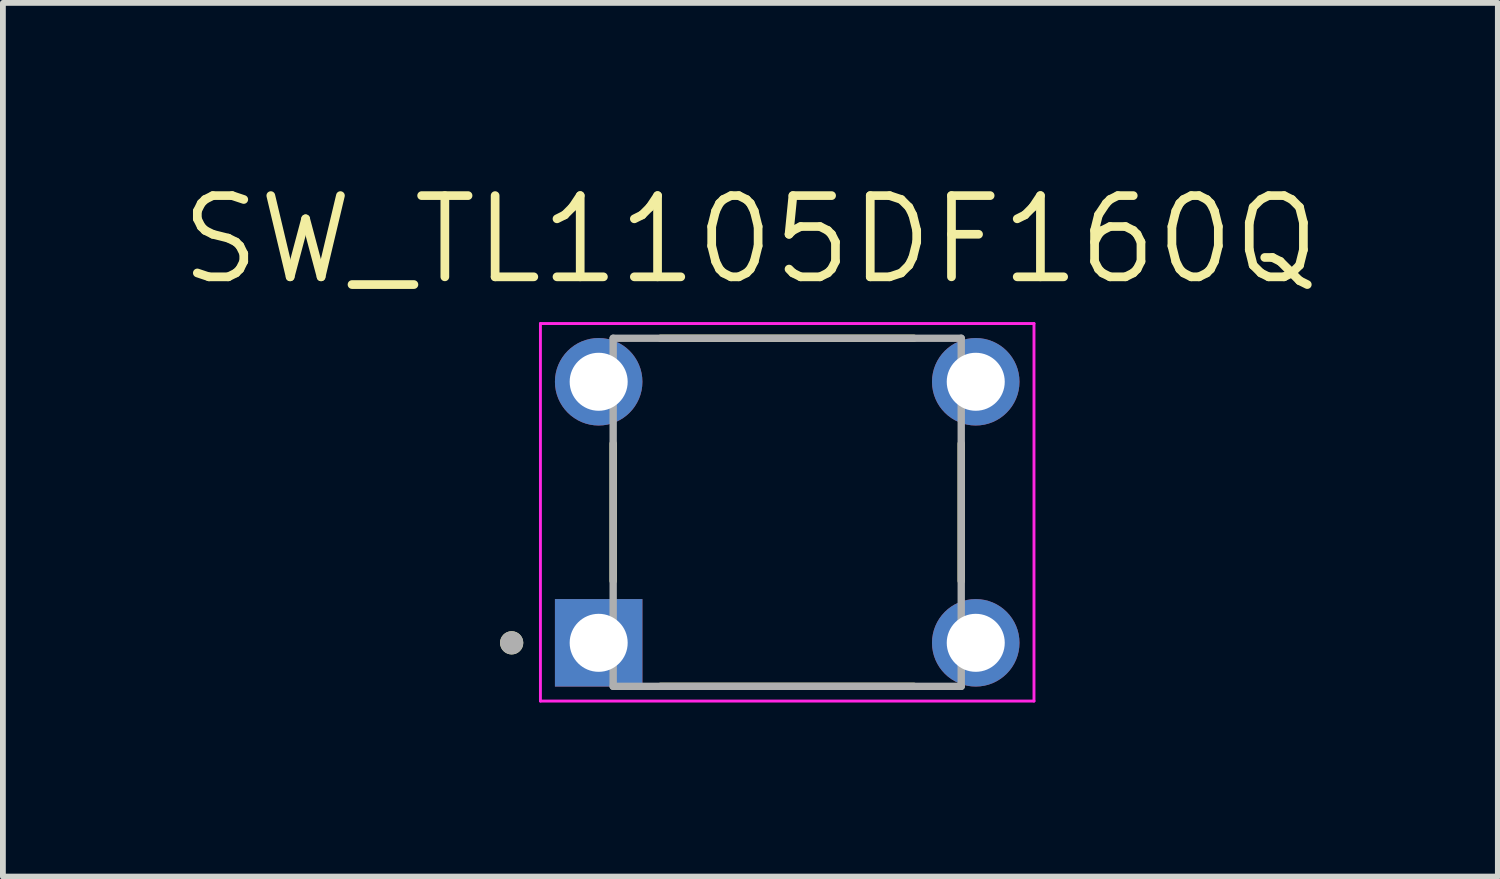
<source format=kicad_pcb>
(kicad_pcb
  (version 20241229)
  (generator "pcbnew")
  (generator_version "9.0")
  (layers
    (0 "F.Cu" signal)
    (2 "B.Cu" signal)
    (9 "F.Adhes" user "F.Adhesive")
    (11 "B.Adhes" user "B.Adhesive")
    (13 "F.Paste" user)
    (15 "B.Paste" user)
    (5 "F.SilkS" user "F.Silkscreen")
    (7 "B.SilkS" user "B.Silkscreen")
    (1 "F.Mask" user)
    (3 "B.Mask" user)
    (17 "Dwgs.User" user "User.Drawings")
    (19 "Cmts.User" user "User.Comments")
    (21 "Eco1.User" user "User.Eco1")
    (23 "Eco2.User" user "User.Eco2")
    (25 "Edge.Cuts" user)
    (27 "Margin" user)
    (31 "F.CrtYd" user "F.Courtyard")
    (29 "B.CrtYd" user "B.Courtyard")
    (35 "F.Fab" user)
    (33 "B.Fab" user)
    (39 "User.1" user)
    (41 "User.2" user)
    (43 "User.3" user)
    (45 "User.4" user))
  (footprint "SW_TL1105DF160Q"
    (layer "F.Cu")
    (at 10.52 5.781)
    (property "Reference" "SW_TL1105DF160Q" (at -0.635 -4.699 0) (layer "F.SilkS") (effects (font (size 1.4 1.4) (thickness 0.15))))
    (attr through_hole)
    (fp_line (start -3 -1.183) (end -3 1.183) (stroke (width 0.127) (type solid)) (layer "F.SilkS"))
    (fp_line (start -2.183 -3) (end 2.183 -3) (stroke (width 0.127) (type solid)) (layer "F.SilkS"))
    (fp_line (start -2.183 3) (end 2.183 3) (stroke (width 0.127) (type solid)) (layer "F.SilkS"))
    (fp_line (start 3 -1.183) (end 3 1.183) (stroke (width 0.127) (type solid)) (layer "F.SilkS"))
    (fp_circle (center -4.75 2.25) (end -4.65 2.25) (stroke (width 0.2) (type solid)) (fill no) (layer "F.SilkS"))
    (fp_line (start -4.254 -3.254) (end -4.254 3.254) (stroke (width 0.05) (type solid)) (layer "F.CrtYd"))
    (fp_line (start -4.254 3.254) (end 4.254 3.254) (stroke (width 0.05) (type solid)) (layer "F.CrtYd"))
    (fp_line (start 4.254 -3.254) (end -4.254 -3.254) (stroke (width 0.05) (type solid)) (layer "F.CrtYd"))
    (fp_line (start 4.254 3.254) (end 4.254 -3.254) (stroke (width 0.05) (type solid)) (layer "F.CrtYd"))
    (fp_line (start -3 -3) (end 3 -3) (stroke (width 0.127) (type solid)) (layer "F.Fab"))
    (fp_line (start -3 3) (end -3 -3) (stroke (width 0.127) (type solid)) (layer "F.Fab"))
    (fp_line (start 3 -3) (end 3 3) (stroke (width 0.127) (type solid)) (layer "F.Fab"))
    (fp_line (start 3 3) (end -3 3) (stroke (width 0.127) (type solid)) (layer "F.Fab"))
    (fp_circle (center -4.75 2.25) (end -4.65 2.25) (stroke (width 0.2) (type solid)) (fill no) (layer "F.Fab"))
    (pad "1" thru_hole rect (at -3.25 2.25) (size 1.508 1.508) (drill 1) (layers "*.Cu" "*.Mask"))
    (pad "2" thru_hole circle (at 3.25 2.25) (size 1.508 1.508) (drill 1) (layers "*.Cu" "*.Mask"))
    (pad "3" thru_hole circle (at -3.25 -2.25) (size 1.508 1.508) (drill 1) (layers "*.Cu" "*.Mask"))
    (pad "4" thru_hole circle (at 3.25 -2.25) (size 1.508 1.508) (drill 1) (layers "*.Cu" "*.Mask")))
  (gr_rect
    (start -3 -3)
    (end 22.77 12.06)
    (stroke (width 0.1) (type default))
    (fill no)
    (layer "Edge.Cuts")))
</source>
